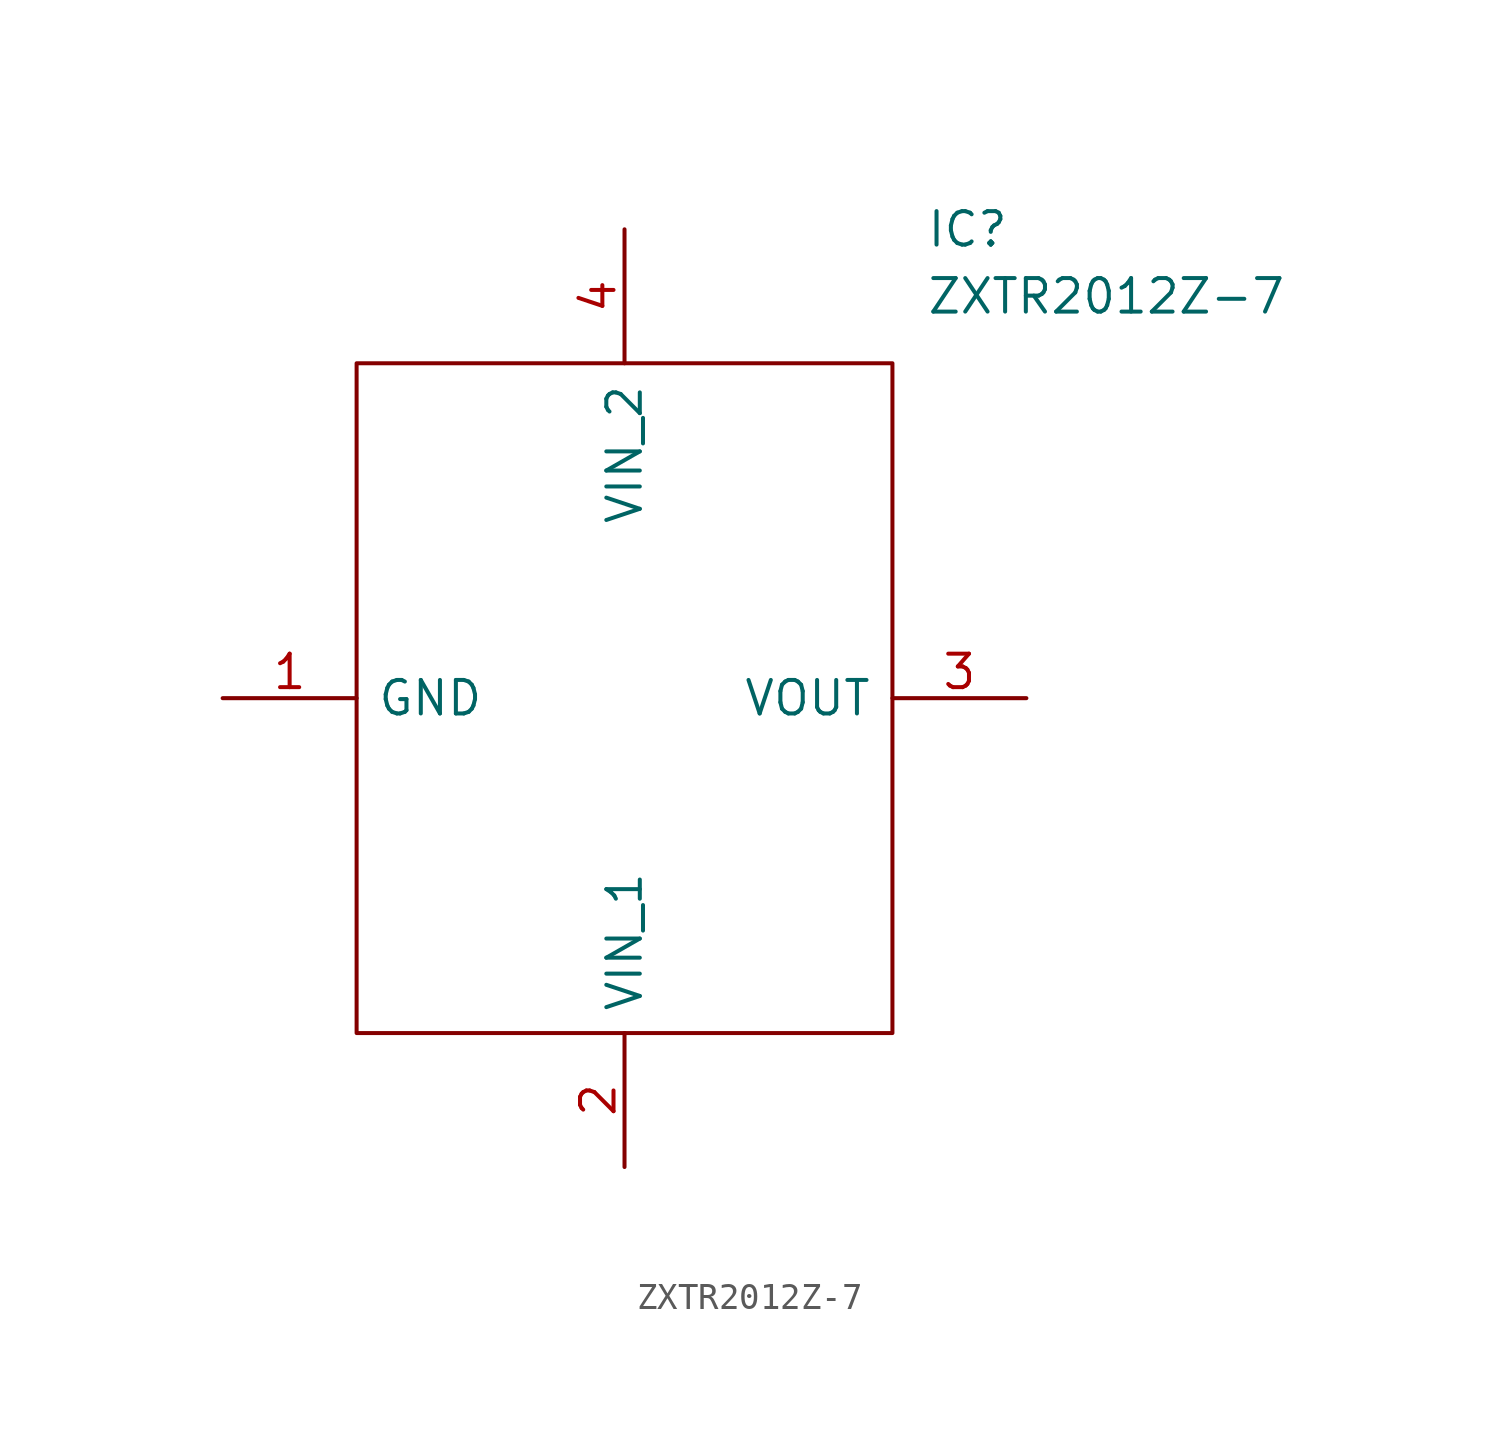
<source format=kicad_sym>
(kicad_symbol_lib
  (version 20220914)
  (generator kicad_symbol_editor)
  (symbol "ZXTR2012Z-7"
    (pin_names
      (offset 0.762))
    (property "Reference" "IC"
      (at 26.67 17.78 0)
      (effects (font (size 1.27 1.27)) (justify left)))
    (property "Value" "ZXTR2012Z-7"
      (at 26.67 15.24 0)
      (effects (font (size 1.27 1.27)) (justify left)))
    (symbol "ZXTR2012Z-7_0_0"
      (pin passive line (at 0 0 0) (length 5.08) (name "GND" (effects (font (size 1.27 1.27)))) (number "1" (effects (font (size 1.27 1.27)))))
      (pin passive line (at 15.24 -17.78 90) (length 5.08) (name "VIN_1" (effects (font (size 1.27 1.27)))) (number "2" (effects (font (size 1.27 1.27)))))
      (pin power_out line (at 30.48 0 180) (length 5.08) (name "VOUT" (effects (font (size 1.27 1.27)))) (number "3" (effects (font (size 1.27 1.27)))))
      (pin passive line (at 15.24 17.78 270) (length 5.08) (name "VIN_2" (effects (font (size 1.27 1.27)))) (number "4" (effects (font (size 1.27 1.27))))))
    (symbol "ZXTR2012Z-7_0_1"
      (polyline (pts (xy 5.08 12.7) (xy 25.4 12.7) (xy 25.4 -12.7) (xy 5.08 -12.7) (xy 5.08 12.7)) (stroke (width 0.152) (type default)) (fill (type none))))))
</source>
